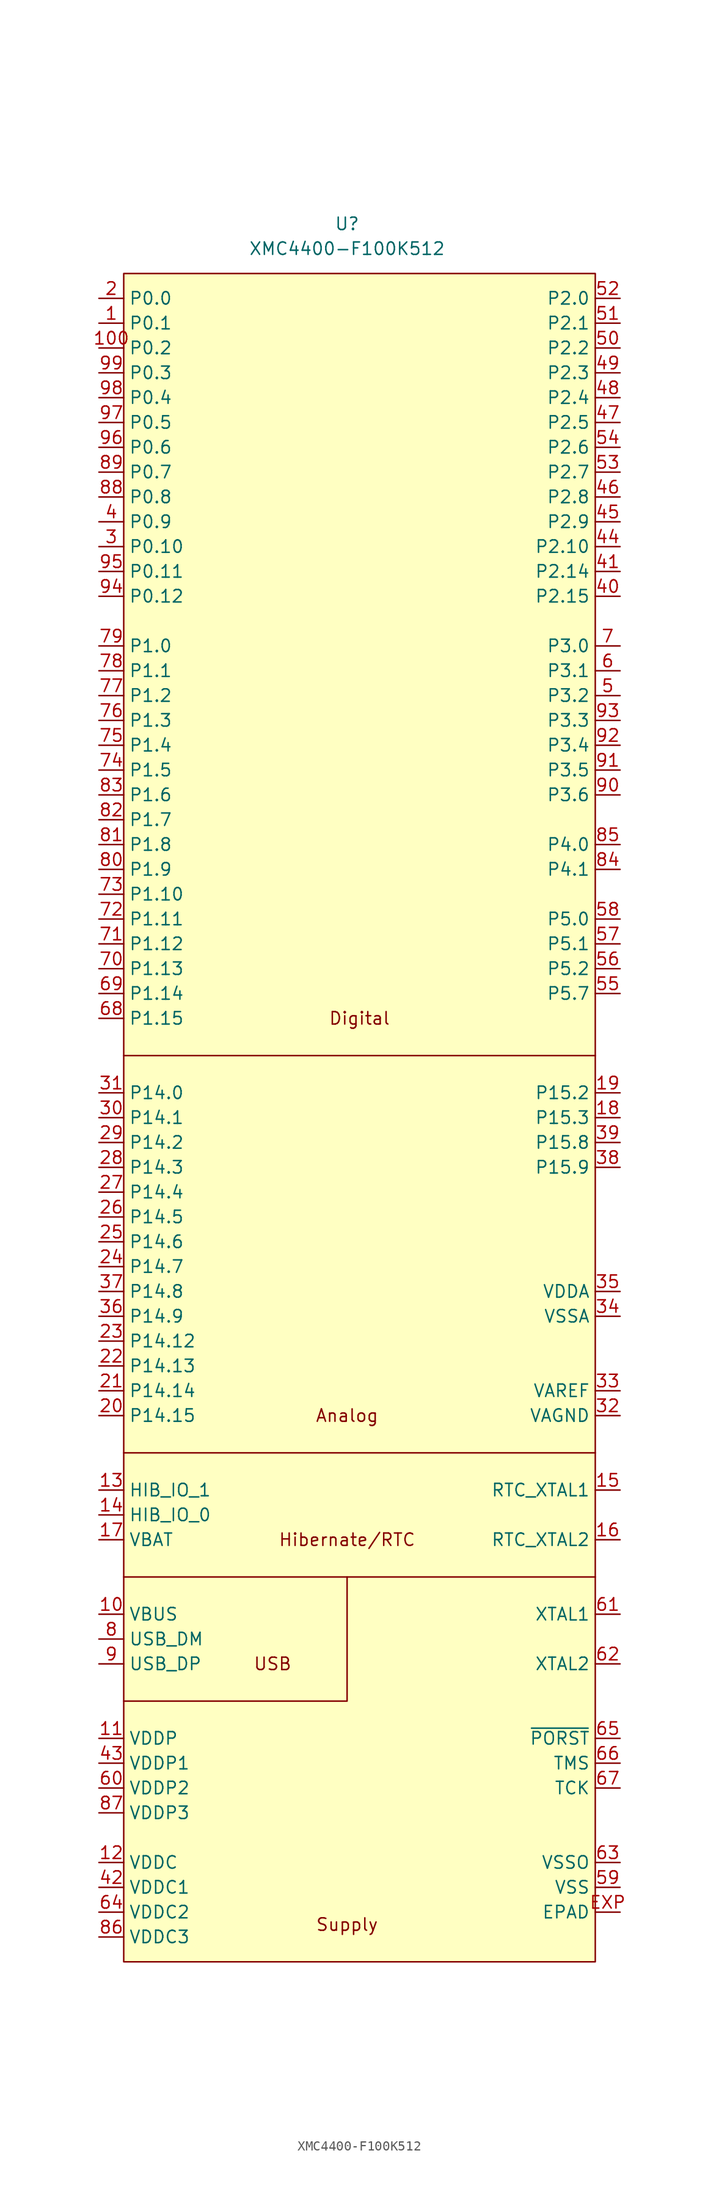
<source format=kicad_sym>
(kicad_symbol_lib
  (version 20211014)
  (generator kicad_symbol_editor)
  (symbol "XMC4400-F100K512"
    (property "Reference" "U"
      (at 0 96.52 0)
      (effects (font (size 1.27 1.27))))
    (property "Value" "XMC4400-F100K512"
      (at 0 93.98 0)
      (effects (font (size 1.27 1.27))))
    (symbol "XMC4400-F100K512_0_0"
      (text "Analog" (at 0 -25.4 0) (effects (font (size 1.27 1.27))))
      (text "Digital" (at 1.27 15.24 0) (effects (font (size 1.27 1.27))))
      (text "Hibernate/RTC" (at 0 -38.1 0) (effects (font (size 1.27 1.27))))
      (text "Supply" (at 0 -77.47 0) (effects (font (size 1.27 1.27))))
      (text "USB" (at -7.62 -50.8 0) (effects (font (size 1.27 1.27))))
      (pin bidirectional line (at -25.4 86.36 0) (length 2.54) (name "P0.1" (effects (font (size 1.27 1.27)))) (number "1" (effects (font (size 1.27 1.27)))))
      (pin power_in line (at -25.4 -45.72 0) (length 2.54) (name "VBUS" (effects (font (size 1.27 1.27)))) (number "10" (effects (font (size 1.27 1.27)))))
      (pin bidirectional line (at -25.4 83.82 0) (length 2.54) (name "P0.2" (effects (font (size 1.27 1.27)))) (number "100" (effects (font (size 1.27 1.27)))))
      (pin power_in line (at -25.4 -58.42 0) (length 2.54) (name "VDDP" (effects (font (size 1.27 1.27)))) (number "11" (effects (font (size 1.27 1.27)))))
      (pin power_in line (at -25.4 -71.12 0) (length 2.54) (name "VDDC" (effects (font (size 1.27 1.27)))) (number "12" (effects (font (size 1.27 1.27)))))
      (pin input line (at -25.4 -33.02 0) (length 2.54) (name "HIB_IO_1" (effects (font (size 1.27 1.27)))) (number "13" (effects (font (size 1.27 1.27)))))
      (pin open_collector line (at -25.4 -35.56 0) (length 2.54) (name "HIB_IO_0" (effects (font (size 1.27 1.27)))) (number "14" (effects (font (size 1.27 1.27)))))
      (pin input line (at 27.94 -33.02 180) (length 2.54) (name "RTC_XTAL1" (effects (font (size 1.27 1.27)))) (number "15" (effects (font (size 1.27 1.27)))))
      (pin output line (at 27.94 -38.1 180) (length 2.54) (name "RTC_XTAL2" (effects (font (size 1.27 1.27)))) (number "16" (effects (font (size 1.27 1.27)))))
      (pin power_in line (at -25.4 -38.1 0) (length 2.54) (name "VBAT" (effects (font (size 1.27 1.27)))) (number "17" (effects (font (size 1.27 1.27)))))
      (pin input line (at 27.94 5.08 180) (length 2.54) (name "P15.3" (effects (font (size 1.27 1.27)))) (number "18" (effects (font (size 1.27 1.27)))))
      (pin input line (at 27.94 7.62 180) (length 2.54) (name "P15.2" (effects (font (size 1.27 1.27)))) (number "19" (effects (font (size 1.27 1.27)))))
      (pin bidirectional line (at -25.4 88.9 0) (length 2.54) (name "P0.0" (effects (font (size 1.27 1.27)))) (number "2" (effects (font (size 1.27 1.27)))))
      (pin input line (at -25.4 -25.4 0) (length 2.54) (name "P14.15" (effects (font (size 1.27 1.27)))) (number "20" (effects (font (size 1.27 1.27)))))
      (pin input line (at -25.4 -22.86 0) (length 2.54) (name "P14.14" (effects (font (size 1.27 1.27)))) (number "21" (effects (font (size 1.27 1.27)))))
      (pin input line (at -25.4 -20.32 0) (length 2.54) (name "P14.13" (effects (font (size 1.27 1.27)))) (number "22" (effects (font (size 1.27 1.27)))))
      (pin input line (at -25.4 -17.78 0) (length 2.54) (name "P14.12" (effects (font (size 1.27 1.27)))) (number "23" (effects (font (size 1.27 1.27)))))
      (pin input line (at -25.4 -10.16 0) (length 2.54) (name "P14.7" (effects (font (size 1.27 1.27)))) (number "24" (effects (font (size 1.27 1.27)))))
      (pin input line (at -25.4 -7.62 0) (length 2.54) (name "P14.6" (effects (font (size 1.27 1.27)))) (number "25" (effects (font (size 1.27 1.27)))))
      (pin input line (at -25.4 -5.08 0) (length 2.54) (name "P14.5" (effects (font (size 1.27 1.27)))) (number "26" (effects (font (size 1.27 1.27)))))
      (pin input line (at -25.4 -2.54 0) (length 2.54) (name "P14.4" (effects (font (size 1.27 1.27)))) (number "27" (effects (font (size 1.27 1.27)))))
      (pin input line (at -25.4 0 0) (length 2.54) (name "P14.3" (effects (font (size 1.27 1.27)))) (number "28" (effects (font (size 1.27 1.27)))))
      (pin input line (at -25.4 2.54 0) (length 2.54) (name "P14.2" (effects (font (size 1.27 1.27)))) (number "29" (effects (font (size 1.27 1.27)))))
      (pin bidirectional line (at -25.4 63.5 0) (length 2.54) (name "P0.10" (effects (font (size 1.27 1.27)))) (number "3" (effects (font (size 1.27 1.27)))))
      (pin input line (at -25.4 5.08 0) (length 2.54) (name "P14.1" (effects (font (size 1.27 1.27)))) (number "30" (effects (font (size 1.27 1.27)))))
      (pin input line (at -25.4 7.62 0) (length 2.54) (name "P14.0" (effects (font (size 1.27 1.27)))) (number "31" (effects (font (size 1.27 1.27)))))
      (pin power_in line (at 27.94 -25.4 180) (length 2.54) (name "VAGND" (effects (font (size 1.27 1.27)))) (number "32" (effects (font (size 1.27 1.27)))))
      (pin power_in line (at 27.94 -22.86 180) (length 2.54) (name "VAREF" (effects (font (size 1.27 1.27)))) (number "33" (effects (font (size 1.27 1.27)))))
      (pin power_in line (at 27.94 -15.24 180) (length 2.54) (name "VSSA" (effects (font (size 1.27 1.27)))) (number "34" (effects (font (size 1.27 1.27)))))
      (pin power_in line (at 27.94 -12.7 180) (length 2.54) (name "VDDA" (effects (font (size 1.27 1.27)))) (number "35" (effects (font (size 1.27 1.27)))))
      (pin bidirectional line (at -25.4 -15.24 0) (length 2.54) (name "P14.9" (effects (font (size 1.27 1.27)))) (number "36" (effects (font (size 1.27 1.27)))))
      (pin bidirectional line (at -25.4 -12.7 0) (length 2.54) (name "P14.8" (effects (font (size 1.27 1.27)))) (number "37" (effects (font (size 1.27 1.27)))))
      (pin input line (at 27.94 0 180) (length 2.54) (name "P15.9" (effects (font (size 1.27 1.27)))) (number "38" (effects (font (size 1.27 1.27)))))
      (pin input line (at 27.94 2.54 180) (length 2.54) (name "P15.8" (effects (font (size 1.27 1.27)))) (number "39" (effects (font (size 1.27 1.27)))))
      (pin bidirectional line (at -25.4 66.04 0) (length 2.54) (name "P0.9" (effects (font (size 1.27 1.27)))) (number "4" (effects (font (size 1.27 1.27)))))
      (pin bidirectional line (at 27.94 58.42 180) (length 2.54) (name "P2.15" (effects (font (size 1.27 1.27)))) (number "40" (effects (font (size 1.27 1.27)))))
      (pin bidirectional line (at 27.94 60.96 180) (length 2.54) (name "P2.14" (effects (font (size 1.27 1.27)))) (number "41" (effects (font (size 1.27 1.27)))))
      (pin power_in line (at -25.4 -73.66 0) (length 2.54) (name "VDDC1" (effects (font (size 1.27 1.27)))) (number "42" (effects (font (size 1.27 1.27)))))
      (pin power_in line (at -25.4 -60.96 0) (length 2.54) (name "VDDP1" (effects (font (size 1.27 1.27)))) (number "43" (effects (font (size 1.27 1.27)))))
      (pin bidirectional line (at 27.94 63.5 180) (length 2.54) (name "P2.10" (effects (font (size 1.27 1.27)))) (number "44" (effects (font (size 1.27 1.27)))))
      (pin bidirectional line (at 27.94 66.04 180) (length 2.54) (name "P2.9" (effects (font (size 1.27 1.27)))) (number "45" (effects (font (size 1.27 1.27)))))
      (pin bidirectional line (at 27.94 68.58 180) (length 2.54) (name "P2.8" (effects (font (size 1.27 1.27)))) (number "46" (effects (font (size 1.27 1.27)))))
      (pin bidirectional line (at 27.94 76.2 180) (length 2.54) (name "P2.5" (effects (font (size 1.27 1.27)))) (number "47" (effects (font (size 1.27 1.27)))))
      (pin bidirectional line (at 27.94 78.74 180) (length 2.54) (name "P2.4" (effects (font (size 1.27 1.27)))) (number "48" (effects (font (size 1.27 1.27)))))
      (pin bidirectional line (at 27.94 81.28 180) (length 2.54) (name "P2.3" (effects (font (size 1.27 1.27)))) (number "49" (effects (font (size 1.27 1.27)))))
      (pin bidirectional line (at 27.94 48.26 180) (length 2.54) (name "P3.2" (effects (font (size 1.27 1.27)))) (number "5" (effects (font (size 1.27 1.27)))))
      (pin bidirectional line (at 27.94 83.82 180) (length 2.54) (name "P2.2" (effects (font (size 1.27 1.27)))) (number "50" (effects (font (size 1.27 1.27)))))
      (pin bidirectional line (at 27.94 86.36 180) (length 2.54) (name "P2.1" (effects (font (size 1.27 1.27)))) (number "51" (effects (font (size 1.27 1.27)))))
      (pin bidirectional line (at 27.94 88.9 180) (length 2.54) (name "P2.0" (effects (font (size 1.27 1.27)))) (number "52" (effects (font (size 1.27 1.27)))))
      (pin bidirectional line (at 27.94 71.12 180) (length 2.54) (name "P2.7" (effects (font (size 1.27 1.27)))) (number "53" (effects (font (size 1.27 1.27)))))
      (pin bidirectional line (at 27.94 73.66 180) (length 2.54) (name "P2.6" (effects (font (size 1.27 1.27)))) (number "54" (effects (font (size 1.27 1.27)))))
      (pin bidirectional line (at 27.94 17.78 180) (length 2.54) (name "P5.7" (effects (font (size 1.27 1.27)))) (number "55" (effects (font (size 1.27 1.27)))))
      (pin bidirectional line (at 27.94 20.32 180) (length 2.54) (name "P5.2" (effects (font (size 1.27 1.27)))) (number "56" (effects (font (size 1.27 1.27)))))
      (pin bidirectional line (at 27.94 22.86 180) (length 2.54) (name "P5.1" (effects (font (size 1.27 1.27)))) (number "57" (effects (font (size 1.27 1.27)))))
      (pin bidirectional line (at 27.94 25.4 180) (length 2.54) (name "P5.0" (effects (font (size 1.27 1.27)))) (number "58" (effects (font (size 1.27 1.27)))))
      (pin power_in line (at 27.94 -73.66 180) (length 2.54) (name "VSS" (effects (font (size 1.27 1.27)))) (number "59" (effects (font (size 1.27 1.27)))))
      (pin bidirectional line (at 27.94 50.8 180) (length 2.54) (name "P3.1" (effects (font (size 1.27 1.27)))) (number "6" (effects (font (size 1.27 1.27)))))
      (pin power_in line (at -25.4 -63.5 0) (length 2.54) (name "VDDP2" (effects (font (size 1.27 1.27)))) (number "60" (effects (font (size 1.27 1.27)))))
      (pin input line (at 27.94 -45.72 180) (length 2.54) (name "XTAL1" (effects (font (size 1.27 1.27)))) (number "61" (effects (font (size 1.27 1.27)))))
      (pin output line (at 27.94 -50.8 180) (length 2.54) (name "XTAL2" (effects (font (size 1.27 1.27)))) (number "62" (effects (font (size 1.27 1.27)))))
      (pin power_in line (at 27.94 -71.12 180) (length 2.54) (name "VSSO" (effects (font (size 1.27 1.27)))) (number "63" (effects (font (size 1.27 1.27)))))
      (pin power_in line (at -25.4 -76.2 0) (length 2.54) (name "VDDC2" (effects (font (size 1.27 1.27)))) (number "64" (effects (font (size 1.27 1.27)))))
      (pin bidirectional line (at 27.94 -58.42 180) (length 2.54) (name "~{PORST}" (effects (font (size 1.27 1.27)))) (number "65" (effects (font (size 1.27 1.27)))))
      (pin input line (at 27.94 -60.96 180) (length 2.54) (name "TMS" (effects (font (size 1.27 1.27)))) (number "66" (effects (font (size 1.27 1.27)))))
      (pin input line (at 27.94 -63.5 180) (length 2.54) (name "TCK" (effects (font (size 1.27 1.27)))) (number "67" (effects (font (size 1.27 1.27)))))
      (pin bidirectional line (at -25.4 15.24 0) (length 2.54) (name "P1.15" (effects (font (size 1.27 1.27)))) (number "68" (effects (font (size 1.27 1.27)))))
      (pin bidirectional line (at -25.4 17.78 0) (length 2.54) (name "P1.14" (effects (font (size 1.27 1.27)))) (number "69" (effects (font (size 1.27 1.27)))))
      (pin bidirectional line (at 27.94 53.34 180) (length 2.54) (name "P3.0" (effects (font (size 1.27 1.27)))) (number "7" (effects (font (size 1.27 1.27)))))
      (pin bidirectional line (at -25.4 20.32 0) (length 2.54) (name "P1.13" (effects (font (size 1.27 1.27)))) (number "70" (effects (font (size 1.27 1.27)))))
      (pin bidirectional line (at -25.4 22.86 0) (length 2.54) (name "P1.12" (effects (font (size 1.27 1.27)))) (number "71" (effects (font (size 1.27 1.27)))))
      (pin bidirectional line (at -25.4 25.4 0) (length 2.54) (name "P1.11" (effects (font (size 1.27 1.27)))) (number "72" (effects (font (size 1.27 1.27)))))
      (pin bidirectional line (at -25.4 27.94 0) (length 2.54) (name "P1.10" (effects (font (size 1.27 1.27)))) (number "73" (effects (font (size 1.27 1.27)))))
      (pin bidirectional line (at -25.4 40.64 0) (length 2.54) (name "P1.5" (effects (font (size 1.27 1.27)))) (number "74" (effects (font (size 1.27 1.27)))))
      (pin bidirectional line (at -25.4 43.18 0) (length 2.54) (name "P1.4" (effects (font (size 1.27 1.27)))) (number "75" (effects (font (size 1.27 1.27)))))
      (pin bidirectional line (at -25.4 45.72 0) (length 2.54) (name "P1.3" (effects (font (size 1.27 1.27)))) (number "76" (effects (font (size 1.27 1.27)))))
      (pin bidirectional line (at -25.4 48.26 0) (length 2.54) (name "P1.2" (effects (font (size 1.27 1.27)))) (number "77" (effects (font (size 1.27 1.27)))))
      (pin bidirectional line (at -25.4 50.8 0) (length 2.54) (name "P1.1" (effects (font (size 1.27 1.27)))) (number "78" (effects (font (size 1.27 1.27)))))
      (pin bidirectional line (at -25.4 53.34 0) (length 2.54) (name "P1.0" (effects (font (size 1.27 1.27)))) (number "79" (effects (font (size 1.27 1.27)))))
      (pin bidirectional line (at -25.4 -48.26 0) (length 2.54) (name "USB_DM" (effects (font (size 1.27 1.27)))) (number "8" (effects (font (size 1.27 1.27)))))
      (pin bidirectional line (at -25.4 30.48 0) (length 2.54) (name "P1.9" (effects (font (size 1.27 1.27)))) (number "80" (effects (font (size 1.27 1.27)))))
      (pin bidirectional line (at -25.4 33.02 0) (length 2.54) (name "P1.8" (effects (font (size 1.27 1.27)))) (number "81" (effects (font (size 1.27 1.27)))))
      (pin bidirectional line (at -25.4 35.56 0) (length 2.54) (name "P1.7" (effects (font (size 1.27 1.27)))) (number "82" (effects (font (size 1.27 1.27)))))
      (pin bidirectional line (at -25.4 38.1 0) (length 2.54) (name "P1.6" (effects (font (size 1.27 1.27)))) (number "83" (effects (font (size 1.27 1.27)))))
      (pin bidirectional line (at 27.94 30.48 180) (length 2.54) (name "P4.1" (effects (font (size 1.27 1.27)))) (number "84" (effects (font (size 1.27 1.27)))))
      (pin bidirectional line (at 27.94 33.02 180) (length 2.54) (name "P4.0" (effects (font (size 1.27 1.27)))) (number "85" (effects (font (size 1.27 1.27)))))
      (pin power_in line (at -25.4 -78.74 0) (length 2.54) (name "VDDC3" (effects (font (size 1.27 1.27)))) (number "86" (effects (font (size 1.27 1.27)))))
      (pin power_in line (at -25.4 -66.04 0) (length 2.54) (name "VDDP3" (effects (font (size 1.27 1.27)))) (number "87" (effects (font (size 1.27 1.27)))))
      (pin bidirectional line (at -25.4 68.58 0) (length 2.54) (name "P0.8" (effects (font (size 1.27 1.27)))) (number "88" (effects (font (size 1.27 1.27)))))
      (pin bidirectional line (at -25.4 71.12 0) (length 2.54) (name "P0.7" (effects (font (size 1.27 1.27)))) (number "89" (effects (font (size 1.27 1.27)))))
      (pin bidirectional line (at -25.4 -50.8 0) (length 2.54) (name "USB_DP" (effects (font (size 1.27 1.27)))) (number "9" (effects (font (size 1.27 1.27)))))
      (pin bidirectional line (at 27.94 38.1 180) (length 2.54) (name "P3.6" (effects (font (size 1.27 1.27)))) (number "90" (effects (font (size 1.27 1.27)))))
      (pin bidirectional line (at 27.94 40.64 180) (length 2.54) (name "P3.5" (effects (font (size 1.27 1.27)))) (number "91" (effects (font (size 1.27 1.27)))))
      (pin bidirectional line (at 27.94 43.18 180) (length 2.54) (name "P3.4" (effects (font (size 1.27 1.27)))) (number "92" (effects (font (size 1.27 1.27)))))
      (pin bidirectional line (at 27.94 45.72 180) (length 2.54) (name "P3.3" (effects (font (size 1.27 1.27)))) (number "93" (effects (font (size 1.27 1.27)))))
      (pin bidirectional line (at -25.4 58.42 0) (length 2.54) (name "P0.12" (effects (font (size 1.27 1.27)))) (number "94" (effects (font (size 1.27 1.27)))))
      (pin bidirectional line (at -25.4 60.96 0) (length 2.54) (name "P0.11" (effects (font (size 1.27 1.27)))) (number "95" (effects (font (size 1.27 1.27)))))
      (pin bidirectional line (at -25.4 73.66 0) (length 2.54) (name "P0.6" (effects (font (size 1.27 1.27)))) (number "96" (effects (font (size 1.27 1.27)))))
      (pin bidirectional line (at -25.4 76.2 0) (length 2.54) (name "P0.5" (effects (font (size 1.27 1.27)))) (number "97" (effects (font (size 1.27 1.27)))))
      (pin bidirectional line (at -25.4 78.74 0) (length 2.54) (name "P0.4" (effects (font (size 1.27 1.27)))) (number "98" (effects (font (size 1.27 1.27)))))
      (pin bidirectional line (at -25.4 81.28 0) (length 2.54) (name "P0.3" (effects (font (size 1.27 1.27)))) (number "99" (effects (font (size 1.27 1.27)))))
      (pin power_in line (at 27.94 -76.2 180) (length 2.54) (name "EPAD" (effects (font (size 1.27 1.27)))) (number "EXP" (effects (font (size 1.27 1.27))))))
    (symbol "XMC4400-F100K512_0_1"
      (rectangle (start -22.86 91.44) (end 25.4 -81.28) (stroke (width 0) (type default) (color 0 0 0 0)) (fill (type background)))
      (polyline (pts (xy -22.86 -41.91) (xy 25.4 -41.91)) (stroke (width 0) (type default) (color 0 0 0 0)) (fill (type none)))
      (polyline (pts (xy -22.86 -29.21) (xy 25.4 -29.21)) (stroke (width 0) (type default) (color 0 0 0 0)) (fill (type none)))
      (polyline (pts (xy -22.86 11.43) (xy 25.4 11.43)) (stroke (width 0) (type default) (color 0 0 0 0)) (fill (type none)))
      (polyline (pts (xy -22.86 -54.61) (xy 0 -54.61) (xy 0 -41.91)) (stroke (width 0) (type default) (color 0 0 0 0)) (fill (type none))))))
</source>
